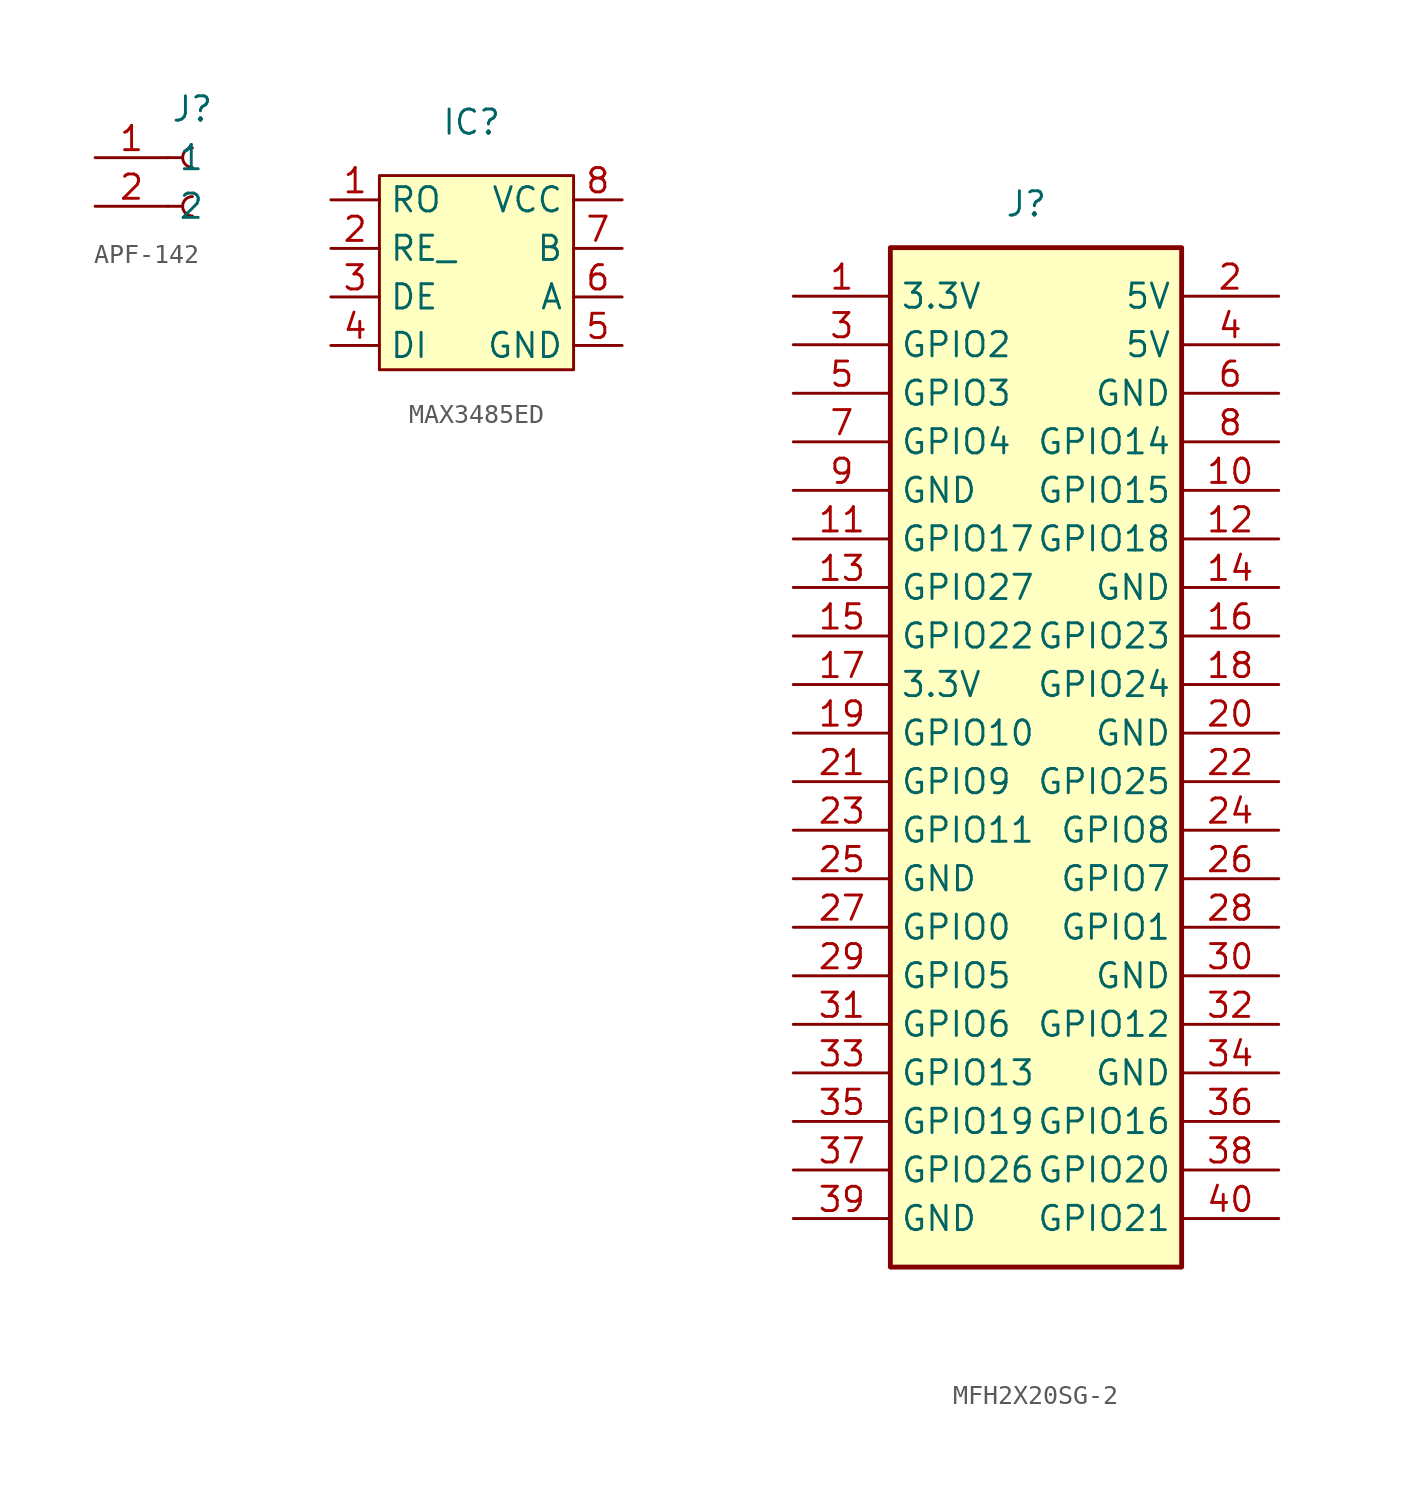
<source format=kicad_sym>
(kicad_symbol_lib
  (version 20231120)
  (generator "kicad_symbol_editor")
  (generator_version "8.0")
  (symbol "APF-142"
    (property "Reference" "J"
      (at 0 2.54 0)
      (effects (font (size 1.27 1.27))))
    (property "Value" ""
      (at 0 0 0)
      (effects (font (size 1.27 1.27))))
    (symbol "APF-142_1_1"
      (arc (start 0 -2.032) (mid -0.5058 -2.54) (end 0 -3.048) (stroke (width 0.1524) (type default)) (fill (type none)))
      (polyline (pts (xy -1.27 -2.54) (xy -0.508 -2.54)) (stroke (width 0.152) (type default)) (fill (type none)))
      (polyline (pts (xy -1.27 0) (xy -0.508 0)) (stroke (width 0.152) (type default)) (fill (type none)))
      (arc (start 0 0.508) (mid -0.5058 0) (end 0 -0.508) (stroke (width 0.1524) (type default)) (fill (type none)))
      (pin passive line (at -5.08 0 0) (length 3.81) (name "1" (effects (font (size 1.27 1.27)))) (number "1" (effects (font (size 1.27 1.27)))))
      (pin passive line (at -5.08 -2.54 0) (length 3.81) (name "2" (effects (font (size 1.27 1.27)))) (number "2" (effects (font (size 1.27 1.27)))))))
  (symbol "MAX3485ED"
    (property "Reference" "IC"
      (at -0.254 7.874 0)
      (effects (font (size 1.27 1.27))))
    (property "Value" ""
      (at -2.54 0 0)
      (effects (font (size 1.27 1.27))))
    (symbol "MAX3485ED_1_1"
      (rectangle (start -5.08 5.08) (end 5.08 -5.08) (stroke (width 0) (type default)) (fill (type background)))
      (pin passive line (at -7.62 3.81 0) (length 2.54) (name "RO" (effects (font (size 1.27 1.27)))) (number "1" (effects (font (size 1.27 1.27)))))
      (pin passive line (at -7.62 1.27 0) (length 2.54) (name "RE_" (effects (font (size 1.27 1.27)))) (number "2" (effects (font (size 1.27 1.27)))))
      (pin passive line (at -7.62 -1.27 0) (length 2.54) (name "DE" (effects (font (size 1.27 1.27)))) (number "3" (effects (font (size 1.27 1.27)))))
      (pin passive line (at -7.62 -3.81 0) (length 2.54) (name "DI" (effects (font (size 1.27 1.27)))) (number "4" (effects (font (size 1.27 1.27)))))
      (pin passive line (at 7.62 -3.81 180) (length 2.54) (name "GND" (effects (font (size 1.27 1.27)))) (number "5" (effects (font (size 1.27 1.27)))))
      (pin passive line (at 7.62 -1.27 180) (length 2.54) (name "A" (effects (font (size 1.27 1.27)))) (number "6" (effects (font (size 1.27 1.27)))))
      (pin passive line (at 7.62 1.27 180) (length 2.54) (name "B" (effects (font (size 1.27 1.27)))) (number "7" (effects (font (size 1.27 1.27)))))
      (pin passive line (at 7.62 3.81 180) (length 2.54) (name "VCC" (effects (font (size 1.27 1.27)))) (number "8" (effects (font (size 1.27 1.27)))))))
  (symbol "MFH2X20SG-2"
    (property "Reference" "J"
      (at 12.192 4.826 0)
      (effects (font (size 1.27 1.27))))
    (property "Value" ""
      (at 0 0 0)
      (effects (font (size 1.27 1.27))))
    (symbol "MFH2X20SG-2_1_1"
      (rectangle (start 5.08 2.54) (end 20.32 -50.8) (stroke (width 0.254) (type default)) (fill (type background)))
      (pin passive line (at 0 0 0) (length 5.08) (name "3.3V" (effects (font (size 1.27 1.27)))) (number "1" (effects (font (size 1.27 1.27)))))
      (pin passive line (at 25.4 -10.16 180) (length 5.08) (name "GPIO15" (effects (font (size 1.27 1.27)))) (number "10" (effects (font (size 1.27 1.27)))))
      (pin passive line (at 0 -12.7 0) (length 5.08) (name "GPIO17" (effects (font (size 1.27 1.27)))) (number "11" (effects (font (size 1.27 1.27)))))
      (pin passive line (at 25.4 -12.7 180) (length 5.08) (name "GPIO18" (effects (font (size 1.27 1.27)))) (number "12" (effects (font (size 1.27 1.27)))))
      (pin passive line (at 0 -15.24 0) (length 5.08) (name "GPIO27" (effects (font (size 1.27 1.27)))) (number "13" (effects (font (size 1.27 1.27)))))
      (pin passive line (at 25.4 -15.24 180) (length 5.08) (name "GND" (effects (font (size 1.27 1.27)))) (number "14" (effects (font (size 1.27 1.27)))))
      (pin passive line (at 0 -17.78 0) (length 5.08) (name "GPIO22" (effects (font (size 1.27 1.27)))) (number "15" (effects (font (size 1.27 1.27)))))
      (pin passive line (at 25.4 -17.78 180) (length 5.08) (name "GPIO23" (effects (font (size 1.27 1.27)))) (number "16" (effects (font (size 1.27 1.27)))))
      (pin passive line (at 0 -20.32 0) (length 5.08) (name "3.3V" (effects (font (size 1.27 1.27)))) (number "17" (effects (font (size 1.27 1.27)))))
      (pin passive line (at 25.4 -20.32 180) (length 5.08) (name "GPIO24" (effects (font (size 1.27 1.27)))) (number "18" (effects (font (size 1.27 1.27)))))
      (pin passive line (at 0 -22.86 0) (length 5.08) (name "GPIO10" (effects (font (size 1.27 1.27)))) (number "19" (effects (font (size 1.27 1.27)))))
      (pin passive line (at 25.4 0 180) (length 5.08) (name "5V" (effects (font (size 1.27 1.27)))) (number "2" (effects (font (size 1.27 1.27)))))
      (pin passive line (at 25.4 -22.86 180) (length 5.08) (name "GND" (effects (font (size 1.27 1.27)))) (number "20" (effects (font (size 1.27 1.27)))))
      (pin passive line (at 0 -25.4 0) (length 5.08) (name "GPIO9" (effects (font (size 1.27 1.27)))) (number "21" (effects (font (size 1.27 1.27)))))
      (pin passive line (at 25.4 -25.4 180) (length 5.08) (name "GPIO25" (effects (font (size 1.27 1.27)))) (number "22" (effects (font (size 1.27 1.27)))))
      (pin passive line (at 0 -27.94 0) (length 5.08) (name "GPIO11" (effects (font (size 1.27 1.27)))) (number "23" (effects (font (size 1.27 1.27)))))
      (pin passive line (at 25.4 -27.94 180) (length 5.08) (name "GPIO8" (effects (font (size 1.27 1.27)))) (number "24" (effects (font (size 1.27 1.27)))))
      (pin passive line (at 0 -30.48 0) (length 5.08) (name "GND" (effects (font (size 1.27 1.27)))) (number "25" (effects (font (size 1.27 1.27)))))
      (pin passive line (at 25.4 -30.48 180) (length 5.08) (name "GPIO7" (effects (font (size 1.27 1.27)))) (number "26" (effects (font (size 1.27 1.27)))))
      (pin passive line (at 0 -33.02 0) (length 5.08) (name "GPIO0" (effects (font (size 1.27 1.27)))) (number "27" (effects (font (size 1.27 1.27)))))
      (pin passive line (at 25.4 -33.02 180) (length 5.08) (name "GPIO1" (effects (font (size 1.27 1.27)))) (number "28" (effects (font (size 1.27 1.27)))))
      (pin passive line (at 0 -35.56 0) (length 5.08) (name "GPIO5" (effects (font (size 1.27 1.27)))) (number "29" (effects (font (size 1.27 1.27)))))
      (pin passive line (at 0 -2.54 0) (length 5.08) (name "GPIO2" (effects (font (size 1.27 1.27)))) (number "3" (effects (font (size 1.27 1.27)))))
      (pin passive line (at 25.4 -35.56 180) (length 5.08) (name "GND" (effects (font (size 1.27 1.27)))) (number "30" (effects (font (size 1.27 1.27)))))
      (pin passive line (at 0 -38.1 0) (length 5.08) (name "GPIO6" (effects (font (size 1.27 1.27)))) (number "31" (effects (font (size 1.27 1.27)))))
      (pin passive line (at 25.4 -38.1 180) (length 5.08) (name "GPIO12" (effects (font (size 1.27 1.27)))) (number "32" (effects (font (size 1.27 1.27)))))
      (pin passive line (at 0 -40.64 0) (length 5.08) (name "GPIO13" (effects (font (size 1.27 1.27)))) (number "33" (effects (font (size 1.27 1.27)))))
      (pin passive line (at 25.4 -40.64 180) (length 5.08) (name "GND" (effects (font (size 1.27 1.27)))) (number "34" (effects (font (size 1.27 1.27)))))
      (pin passive line (at 0 -43.18 0) (length 5.08) (name "GPIO19" (effects (font (size 1.27 1.27)))) (number "35" (effects (font (size 1.27 1.27)))))
      (pin passive line (at 25.4 -43.18 180) (length 5.08) (name "GPIO16" (effects (font (size 1.27 1.27)))) (number "36" (effects (font (size 1.27 1.27)))))
      (pin passive line (at 0 -45.72 0) (length 5.08) (name "GPIO26" (effects (font (size 1.27 1.27)))) (number "37" (effects (font (size 1.27 1.27)))))
      (pin passive line (at 25.4 -45.72 180) (length 5.08) (name "GPIO20" (effects (font (size 1.27 1.27)))) (number "38" (effects (font (size 1.27 1.27)))))
      (pin passive line (at 0 -48.26 0) (length 5.08) (name "GND" (effects (font (size 1.27 1.27)))) (number "39" (effects (font (size 1.27 1.27)))))
      (pin passive line (at 25.4 -2.54 180) (length 5.08) (name "5V" (effects (font (size 1.27 1.27)))) (number "4" (effects (font (size 1.27 1.27)))))
      (pin passive line (at 25.4 -48.26 180) (length 5.08) (name "GPIO21" (effects (font (size 1.27 1.27)))) (number "40" (effects (font (size 1.27 1.27)))))
      (pin passive line (at 0 -5.08 0) (length 5.08) (name "GPIO3" (effects (font (size 1.27 1.27)))) (number "5" (effects (font (size 1.27 1.27)))))
      (pin passive line (at 25.4 -5.08 180) (length 5.08) (name "GND" (effects (font (size 1.27 1.27)))) (number "6" (effects (font (size 1.27 1.27)))))
      (pin passive line (at 0 -7.62 0) (length 5.08) (name "GPIO4" (effects (font (size 1.27 1.27)))) (number "7" (effects (font (size 1.27 1.27)))))
      (pin passive line (at 25.4 -7.62 180) (length 5.08) (name "GPIO14" (effects (font (size 1.27 1.27)))) (number "8" (effects (font (size 1.27 1.27)))))
      (pin passive line (at 0 -10.16 0) (length 5.08) (name "GND" (effects (font (size 1.27 1.27)))) (number "9" (effects (font (size 1.27 1.27))))))))
</source>
